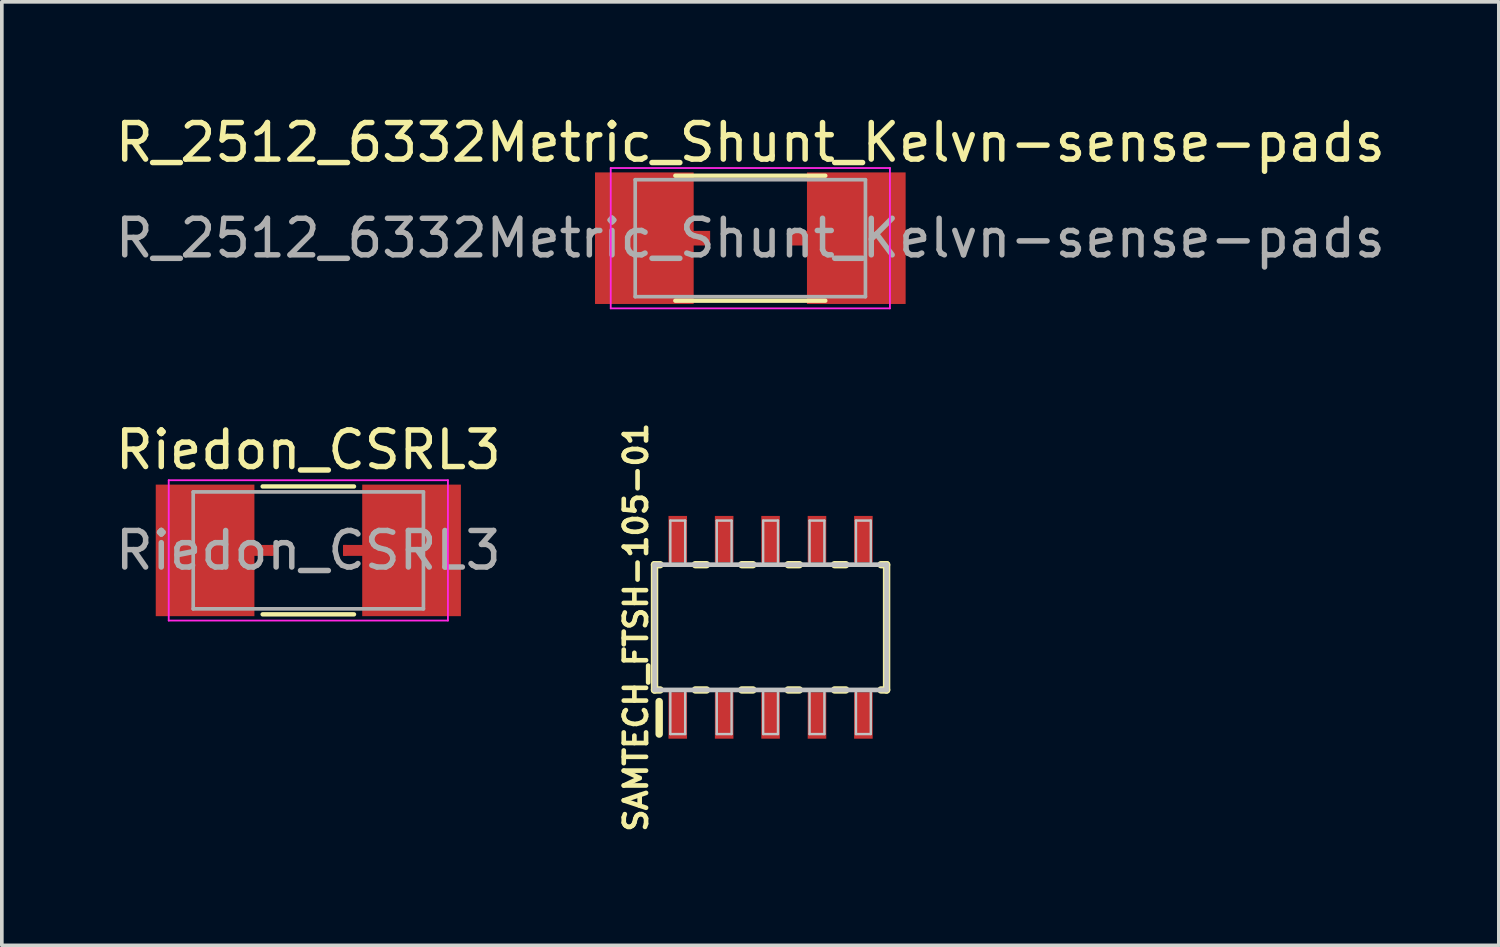
<source format=kicad_pcb>
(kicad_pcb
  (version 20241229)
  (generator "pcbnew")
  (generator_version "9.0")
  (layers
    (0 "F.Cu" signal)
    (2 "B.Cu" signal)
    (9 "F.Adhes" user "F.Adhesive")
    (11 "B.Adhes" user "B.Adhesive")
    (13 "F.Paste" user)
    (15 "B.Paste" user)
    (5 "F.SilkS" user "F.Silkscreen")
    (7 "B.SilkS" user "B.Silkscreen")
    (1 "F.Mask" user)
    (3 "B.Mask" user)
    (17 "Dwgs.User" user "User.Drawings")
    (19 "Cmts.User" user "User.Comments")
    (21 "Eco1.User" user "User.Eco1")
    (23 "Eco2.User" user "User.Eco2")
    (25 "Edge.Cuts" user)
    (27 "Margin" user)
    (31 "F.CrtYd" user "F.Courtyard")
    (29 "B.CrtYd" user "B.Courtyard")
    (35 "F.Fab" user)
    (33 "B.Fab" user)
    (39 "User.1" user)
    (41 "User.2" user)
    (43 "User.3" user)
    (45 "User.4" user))
  (footprint "R_2512_6332Metric_Shunt_Kelvn-sense-pads"
    (layer "F.Cu")
    (at 17.482 3.468)
    (property "Reference" "R_2512_6332Metric_Shunt_Kelvn-sense-pads" (at 0 -2.62 0) (layer "F.SilkS") (effects (font (size 1 1) (thickness 0.15))))
    (attr smd)
    (fp_line (start -2.052 -1.71) (end 2.052 -1.71) (stroke (width 0.12) (type solid)) (layer "F.SilkS"))
    (fp_line (start -2.052 1.71) (end 2.052 1.71) (stroke (width 0.12) (type solid)) (layer "F.SilkS"))
    (fp_line (start -3.82 -1.92) (end 3.82 -1.92) (stroke (width 0.05) (type solid)) (layer "F.CrtYd"))
    (fp_line (start -3.82 1.92) (end -3.82 -1.92) (stroke (width 0.05) (type solid)) (layer "F.CrtYd"))
    (fp_line (start 3.82 -1.92) (end 3.82 1.92) (stroke (width 0.05) (type solid)) (layer "F.CrtYd"))
    (fp_line (start 3.82 1.92) (end -3.82 1.92) (stroke (width 0.05) (type solid)) (layer "F.CrtYd"))
    (fp_line (start -3.15 -1.6) (end 3.15 -1.6) (stroke (width 0.1) (type solid)) (layer "F.Fab"))
    (fp_line (start -3.15 1.6) (end -3.15 -1.6) (stroke (width 0.1) (type solid)) (layer "F.Fab"))
    (fp_line (start 3.15 -1.6) (end 3.15 1.6) (stroke (width 0.1) (type solid)) (layer "F.Fab"))
    (fp_line (start 3.15 1.6) (end -3.15 1.6) (stroke (width 0.1) (type solid)) (layer "F.Fab"))
    (fp_text user "${REFERENCE}" (at 0 0 0) (layer "F.Fab") (effects (font (size 1 1) (thickness 0.15))))
    (pad "1" smd rect (at -2.9 0) (size 2.7 3.6) (layers "F.Cu" "F.Mask" "F.Paste"))
    (pad "2" smd rect (at -1.5 0 180) (size 0.8 0.4) (layers "F.Cu"))
    (pad "3" smd rect (at 1.5 0) (size 0.8 0.4) (layers "F.Cu"))
    (pad "4" smd rect (at 2.9 0 180) (size 2.7 3.6) (layers "F.Cu" "F.Mask" "F.Paste")))
  (footprint "Riedon_CSRL3"
    (layer "F.Cu")
    (at 5.387 12.011)
    (property "Reference" "Riedon_CSRL3" (at 0 -2.75 0) (layer "F.SilkS") (effects (font (size 1 1) (thickness 0.15))))
    (attr smd)
    (fp_poly (pts (xy -1 0.1) (xy -1.75 0.1) (xy -1.75 -0.1) (xy -1 -0.1)) (stroke (width 0.1) (type solid)) (fill yes) (layer "F.Cu"))
    (fp_poly (pts (xy 1 -0.1) (xy 1.75 -0.1) (xy 1.75 0.1) (xy 1 0.1)) (stroke (width 0.1) (type solid)) (fill yes) (layer "F.Cu"))
    (fp_line (start -1.25 -1.75) (end 1.25 -1.75) (stroke (width 0.12) (type solid)) (layer "F.SilkS"))
    (fp_line (start 1.25 1.75) (end -1.25 1.75) (stroke (width 0.12) (type solid)) (layer "F.SilkS"))
    (fp_line (start -3.82 -1.92) (end 3.82 -1.92) (stroke (width 0.05) (type solid)) (layer "F.CrtYd"))
    (fp_line (start -3.82 1.92) (end -3.82 -1.92) (stroke (width 0.05) (type solid)) (layer "F.CrtYd"))
    (fp_line (start 3.82 -1.92) (end 3.82 1.92) (stroke (width 0.05) (type solid)) (layer "F.CrtYd"))
    (fp_line (start 3.82 1.92) (end -3.82 1.92) (stroke (width 0.05) (type solid)) (layer "F.CrtYd"))
    (fp_line (start -3.15 -1.6) (end 3.15 -1.6) (stroke (width 0.1) (type solid)) (layer "F.Fab"))
    (fp_line (start -3.15 1.6) (end -3.15 -1.6) (stroke (width 0.1) (type solid)) (layer "F.Fab"))
    (fp_line (start 3.15 -1.6) (end 3.15 1.6) (stroke (width 0.1) (type solid)) (layer "F.Fab"))
    (fp_line (start 3.15 1.6) (end -3.15 1.6) (stroke (width 0.1) (type solid)) (layer "F.Fab"))
    (fp_text user "${REFERENCE}" (at 0 0 0) (layer "F.Fab") (effects (font (size 1 1) (thickness 0.15))))
    (pad "1" smd rect (at -2.825 0) (size 2.7 3.6) (layers "F.Cu" "F.Mask" "F.Paste"))
    (pad "2" smd rect (at -1 0 180) (size 0.1 0.3) (layers "F.Cu"))
    (pad "3" smd rect (at 1 0) (size 0.1 0.3) (layers "F.Cu"))
    (pad "4" smd rect (at 2.825 0 180) (size 2.7 3.6) (layers "F.Cu" "F.Mask" "F.Paste")))
  (footprint "SAMTECH_FTSH-105-01"
    (layer "F.Cu")
    (at 18.036 14.116)
    (property "Reference" "SAMTECH_FTSH-105-01" (at -3.683 0 90) (layer "F.SilkS") (effects (font (size 0.61 0.61) (thickness 0.127))))
    (attr smd)
    (fp_line (start -3.175 -1.714) (end -3.023 -1.714) (stroke (width 0.203) (type solid)) (layer "F.SilkS"))
    (fp_line (start -3.175 1.714) (end -3.175 -1.714) (stroke (width 0.203) (type solid)) (layer "F.SilkS"))
    (fp_line (start -3.048 2.032) (end -3.048 2.921) (stroke (width 0.203) (type solid)) (layer "F.SilkS"))
    (fp_line (start -3.023 1.714) (end -3.175 1.714) (stroke (width 0.203) (type solid)) (layer "F.SilkS"))
    (fp_line (start -2.057 -1.714) (end -1.753 -1.714) (stroke (width 0.203) (type solid)) (layer "F.SilkS"))
    (fp_line (start -1.753 1.714) (end -2.057 1.714) (stroke (width 0.203) (type solid)) (layer "F.SilkS"))
    (fp_line (start -0.787 -1.714) (end -0.483 -1.714) (stroke (width 0.203) (type solid)) (layer "F.SilkS"))
    (fp_line (start -0.483 1.714) (end -0.787 1.714) (stroke (width 0.203) (type solid)) (layer "F.SilkS"))
    (fp_line (start 0.483 -1.714) (end 0.787 -1.714) (stroke (width 0.203) (type solid)) (layer "F.SilkS"))
    (fp_line (start 0.787 1.714) (end 0.483 1.714) (stroke (width 0.203) (type solid)) (layer "F.SilkS"))
    (fp_line (start 1.753 -1.714) (end 2.057 -1.714) (stroke (width 0.203) (type solid)) (layer "F.SilkS"))
    (fp_line (start 2.057 1.714) (end 1.753 1.714) (stroke (width 0.203) (type solid)) (layer "F.SilkS"))
    (fp_line (start 3.023 -1.714) (end 3.175 -1.714) (stroke (width 0.203) (type solid)) (layer "F.SilkS"))
    (fp_line (start 3.175 -1.714) (end 3.175 1.714) (stroke (width 0.203) (type solid)) (layer "F.SilkS"))
    (fp_line (start 3.175 1.714) (end 3.023 1.714) (stroke (width 0.203) (type solid)) (layer "F.SilkS"))
    (fp_line (start -3.175 -1.714) (end 3.175 -1.714) (stroke (width 0.127) (type solid)) (layer "Dwgs.User"))
    (fp_line (start -3.175 1.714) (end -3.175 -1.714) (stroke (width 0.127) (type solid)) (layer "Dwgs.User"))
    (fp_line (start -2.743 -2.921) (end -2.337 -2.921) (stroke (width 0.066) (type solid)) (layer "Dwgs.User"))
    (fp_line (start -2.743 -1.714) (end -2.743 -2.921) (stroke (width 0.066) (type solid)) (layer "Dwgs.User"))
    (fp_line (start -2.743 -1.714) (end -2.337 -1.714) (stroke (width 0.066) (type solid)) (layer "Dwgs.User"))
    (fp_line (start -2.743 1.714) (end -2.337 1.714) (stroke (width 0.066) (type solid)) (layer "Dwgs.User"))
    (fp_line (start -2.743 2.921) (end -2.743 1.714) (stroke (width 0.066) (type solid)) (layer "Dwgs.User"))
    (fp_line (start -2.743 2.921) (end -2.337 2.921) (stroke (width 0.066) (type solid)) (layer "Dwgs.User"))
    (fp_line (start -2.337 -1.714) (end -2.337 -2.921) (stroke (width 0.066) (type solid)) (layer "Dwgs.User"))
    (fp_line (start -2.337 2.921) (end -2.337 1.714) (stroke (width 0.066) (type solid)) (layer "Dwgs.User"))
    (fp_line (start -1.473 -2.921) (end -1.067 -2.921) (stroke (width 0.066) (type solid)) (layer "Dwgs.User"))
    (fp_line (start -1.473 -1.714) (end -1.473 -2.921) (stroke (width 0.066) (type solid)) (layer "Dwgs.User"))
    (fp_line (start -1.473 -1.714) (end -1.067 -1.714) (stroke (width 0.066) (type solid)) (layer "Dwgs.User"))
    (fp_line (start -1.473 1.714) (end -1.067 1.714) (stroke (width 0.066) (type solid)) (layer "Dwgs.User"))
    (fp_line (start -1.473 2.921) (end -1.473 1.714) (stroke (width 0.066) (type solid)) (layer "Dwgs.User"))
    (fp_line (start -1.473 2.921) (end -1.067 2.921) (stroke (width 0.066) (type solid)) (layer "Dwgs.User"))
    (fp_line (start -1.067 -1.714) (end -1.067 -2.921) (stroke (width 0.066) (type solid)) (layer "Dwgs.User"))
    (fp_line (start -1.067 2.921) (end -1.067 1.714) (stroke (width 0.066) (type solid)) (layer "Dwgs.User"))
    (fp_line (start -0.203 -2.921) (end 0.203 -2.921) (stroke (width 0.066) (type solid)) (layer "Dwgs.User"))
    (fp_line (start -0.203 -1.714) (end -0.203 -2.921) (stroke (width 0.066) (type solid)) (layer "Dwgs.User"))
    (fp_line (start -0.203 -1.714) (end 0.203 -1.714) (stroke (width 0.066) (type solid)) (layer "Dwgs.User"))
    (fp_line (start -0.203 1.714) (end 0.203 1.714) (stroke (width 0.066) (type solid)) (layer "Dwgs.User"))
    (fp_line (start -0.203 2.921) (end -0.203 1.714) (stroke (width 0.066) (type solid)) (layer "Dwgs.User"))
    (fp_line (start -0.203 2.921) (end 0.203 2.921) (stroke (width 0.066) (type solid)) (layer "Dwgs.User"))
    (fp_line (start 0.203 -1.714) (end 0.203 -2.921) (stroke (width 0.066) (type solid)) (layer "Dwgs.User"))
    (fp_line (start 0.203 2.921) (end 0.203 1.714) (stroke (width 0.066) (type solid)) (layer "Dwgs.User"))
    (fp_line (start 1.067 -2.921) (end 1.473 -2.921) (stroke (width 0.066) (type solid)) (layer "Dwgs.User"))
    (fp_line (start 1.067 -1.714) (end 1.067 -2.921) (stroke (width 0.066) (type solid)) (layer "Dwgs.User"))
    (fp_line (start 1.067 -1.714) (end 1.473 -1.714) (stroke (width 0.066) (type solid)) (layer "Dwgs.User"))
    (fp_line (start 1.067 1.714) (end 1.473 1.714) (stroke (width 0.066) (type solid)) (layer "Dwgs.User"))
    (fp_line (start 1.067 2.921) (end 1.067 1.714) (stroke (width 0.066) (type solid)) (layer "Dwgs.User"))
    (fp_line (start 1.067 2.921) (end 1.473 2.921) (stroke (width 0.066) (type solid)) (layer "Dwgs.User"))
    (fp_line (start 1.473 -1.714) (end 1.473 -2.921) (stroke (width 0.066) (type solid)) (layer "Dwgs.User"))
    (fp_line (start 1.473 2.921) (end 1.473 1.714) (stroke (width 0.066) (type solid)) (layer "Dwgs.User"))
    (fp_line (start 2.337 -2.921) (end 2.743 -2.921) (stroke (width 0.066) (type solid)) (layer "Dwgs.User"))
    (fp_line (start 2.337 -1.714) (end 2.337 -2.921) (stroke (width 0.066) (type solid)) (layer "Dwgs.User"))
    (fp_line (start 2.337 -1.714) (end 2.743 -1.714) (stroke (width 0.066) (type solid)) (layer "Dwgs.User"))
    (fp_line (start 2.337 1.714) (end 2.743 1.714) (stroke (width 0.066) (type solid)) (layer "Dwgs.User"))
    (fp_line (start 2.337 2.921) (end 2.337 1.714) (stroke (width 0.066) (type solid)) (layer "Dwgs.User"))
    (fp_line (start 2.337 2.921) (end 2.743 2.921) (stroke (width 0.066) (type solid)) (layer "Dwgs.User"))
    (fp_line (start 2.743 -1.714) (end 2.743 -2.921) (stroke (width 0.066) (type solid)) (layer "Dwgs.User"))
    (fp_line (start 2.743 2.921) (end 2.743 1.714) (stroke (width 0.066) (type solid)) (layer "Dwgs.User"))
    (fp_line (start 3.175 -1.714) (end 3.175 1.714) (stroke (width 0.127) (type solid)) (layer "Dwgs.User"))
    (fp_line (start 3.175 1.714) (end -3.175 1.714) (stroke (width 0.127) (type solid)) (layer "Dwgs.User"))
    (pad "1" smd rect (at -2.54 2.413) (size 0.508 1.27) (layers "F.Cu" "F.Mask" "F.Paste"))
    (pad "2" smd rect (at -2.54 -2.413) (size 0.508 1.27) (layers "F.Cu" "F.Mask" "F.Paste"))
    (pad "3" smd rect (at -1.27 2.413) (size 0.508 1.27) (layers "F.Cu" "F.Mask" "F.Paste"))
    (pad "4" smd rect (at -1.27 -2.413) (size 0.508 1.27) (layers "F.Cu" "F.Mask" "F.Paste"))
    (pad "5" smd rect (at 0 2.413) (size 0.508 1.27) (layers "F.Cu" "F.Mask" "F.Paste"))
    (pad "6" smd rect (at 0 -2.413) (size 0.508 1.27) (layers "F.Cu" "F.Mask" "F.Paste"))
    (pad "7" smd rect (at 1.27 2.413) (size 0.508 1.27) (layers "F.Cu" "F.Mask" "F.Paste"))
    (pad "8" smd rect (at 1.27 -2.413) (size 0.508 1.27) (layers "F.Cu" "F.Mask" "F.Paste"))
    (pad "9" smd rect (at 2.54 2.413) (size 0.508 1.27) (layers "F.Cu" "F.Mask" "F.Paste"))
    (pad "10" smd rect (at 2.54 -2.413) (size 0.508 1.27) (layers "F.Cu" "F.Mask" "F.Paste")))
  (gr_rect
    (start -3 -3)
    (end 37.964 22.819)
    (stroke (width 0.1) (type default))
    (fill no)
    (layer "Edge.Cuts")))
</source>
